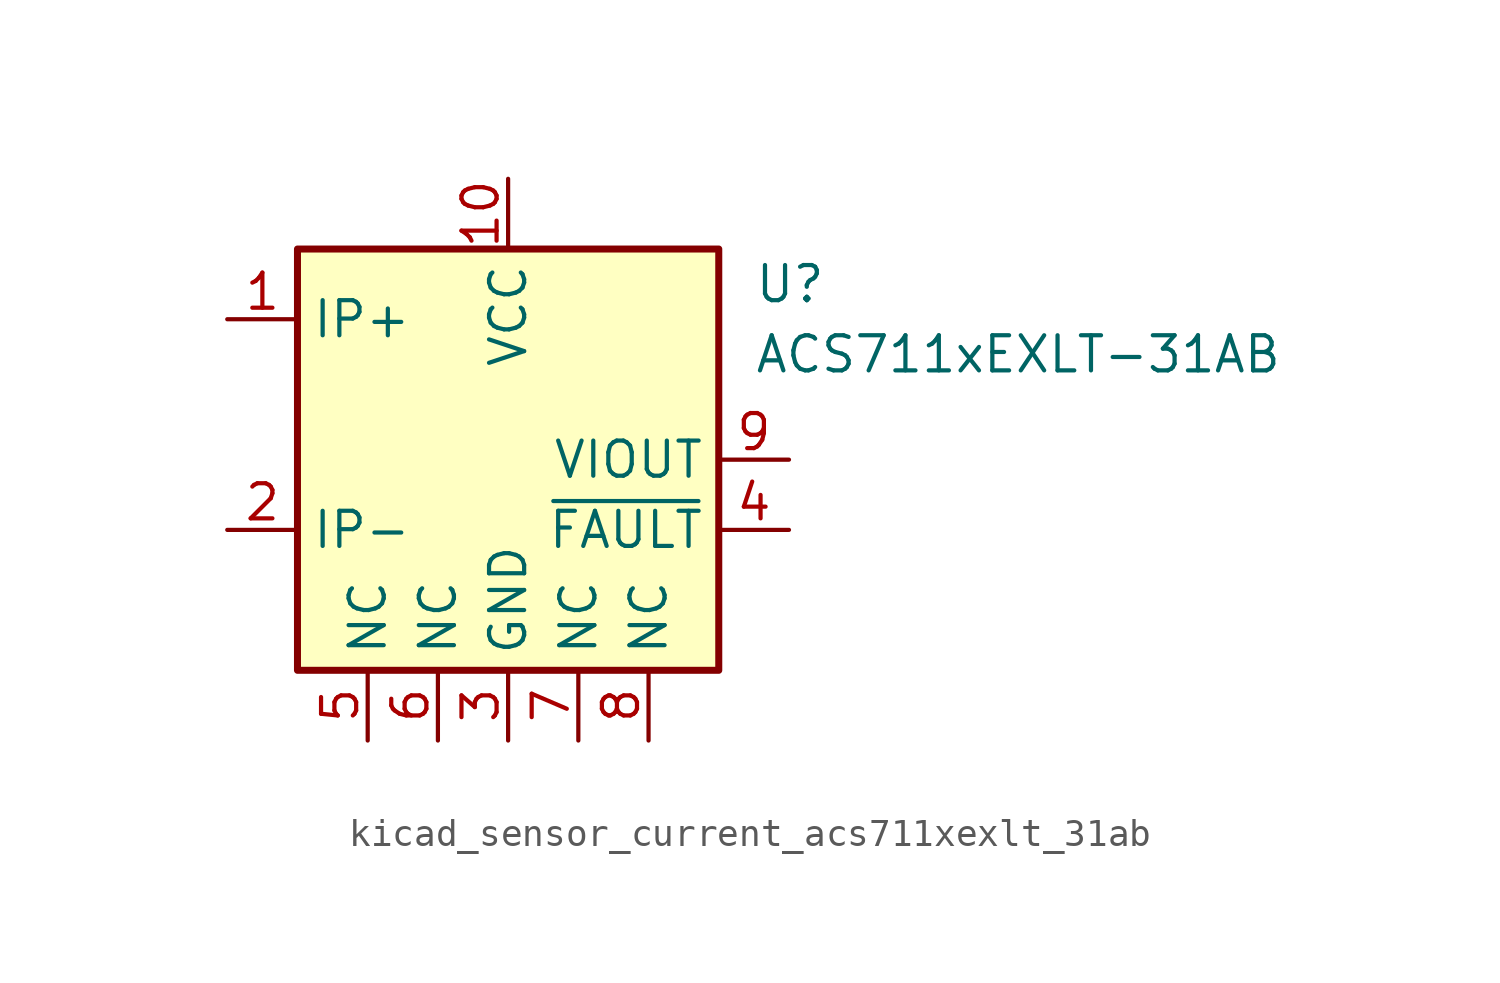
<source format=kicad_sym>
(kicad_symbol_lib
  (version 20220914)
  (generator kicad_symbol_editor)
  (symbol "kicad_sensor_current_acs711xexlt_31ab"
    (property "Reference" "U"
      (at 8.89 6.35 0)
      (effects (font (size 1.27 1.27)) (justify left)))
    (property "Value" "ACS711xEXLT-31AB"
      (at 8.89 3.81 0)
      (effects (font (size 1.27 1.27)) (justify left)))
    (symbol "kicad_sensor_current_acs711xexlt_31ab_0_1"
      (rectangle (start -7.62 7.62) (end 7.62 -7.62) (stroke (width 0.254) (type default)) (fill (type background))))
    (symbol "kicad_sensor_current_acs711xexlt_31ab_1_1"
      (pin passive line (at -10.16 5.08 0) (length 2.54) (name "IP+" (effects (font (size 1.27 1.27)))) (number "1" (effects (font (size 1.27 1.27)))))
      (pin power_in line (at 0 10.16 270) (length 2.54) (name "VCC" (effects (font (size 1.27 1.27)))) (number "10" (effects (font (size 1.27 1.27)))))
      (pin passive line (at -10.16 -2.54 0) (length 2.54) (name "IP-" (effects (font (size 1.27 1.27)))) (number "2" (effects (font (size 1.27 1.27)))))
      (pin power_in line (at 0 -10.16 90) (length 2.54) (name "GND" (effects (font (size 1.27 1.27)))) (number "3" (effects (font (size 1.27 1.27)))))
      (pin output line (at 10.16 -2.54 180) (length 2.54) (name "~{FAULT}" (effects (font (size 1.27 1.27)))) (number "4" (effects (font (size 1.27 1.27)))))
      (pin passive line (at -5.08 -10.16 90) (length 2.54) (name "NC" (effects (font (size 1.27 1.27)))) (number "5" (effects (font (size 1.27 1.27)))))
      (pin passive line (at -2.54 -10.16 90) (length 2.54) (name "NC" (effects (font (size 1.27 1.27)))) (number "6" (effects (font (size 1.27 1.27)))))
      (pin passive line (at 2.54 -10.16 90) (length 2.54) (name "NC" (effects (font (size 1.27 1.27)))) (number "7" (effects (font (size 1.27 1.27)))))
      (pin passive line (at 5.08 -10.16 90) (length 2.54) (name "NC" (effects (font (size 1.27 1.27)))) (number "8" (effects (font (size 1.27 1.27)))))
      (pin output line (at 10.16 0 180) (length 2.54) (name "VIOUT" (effects (font (size 1.27 1.27)))) (number "9" (effects (font (size 1.27 1.27))))))))
</source>
